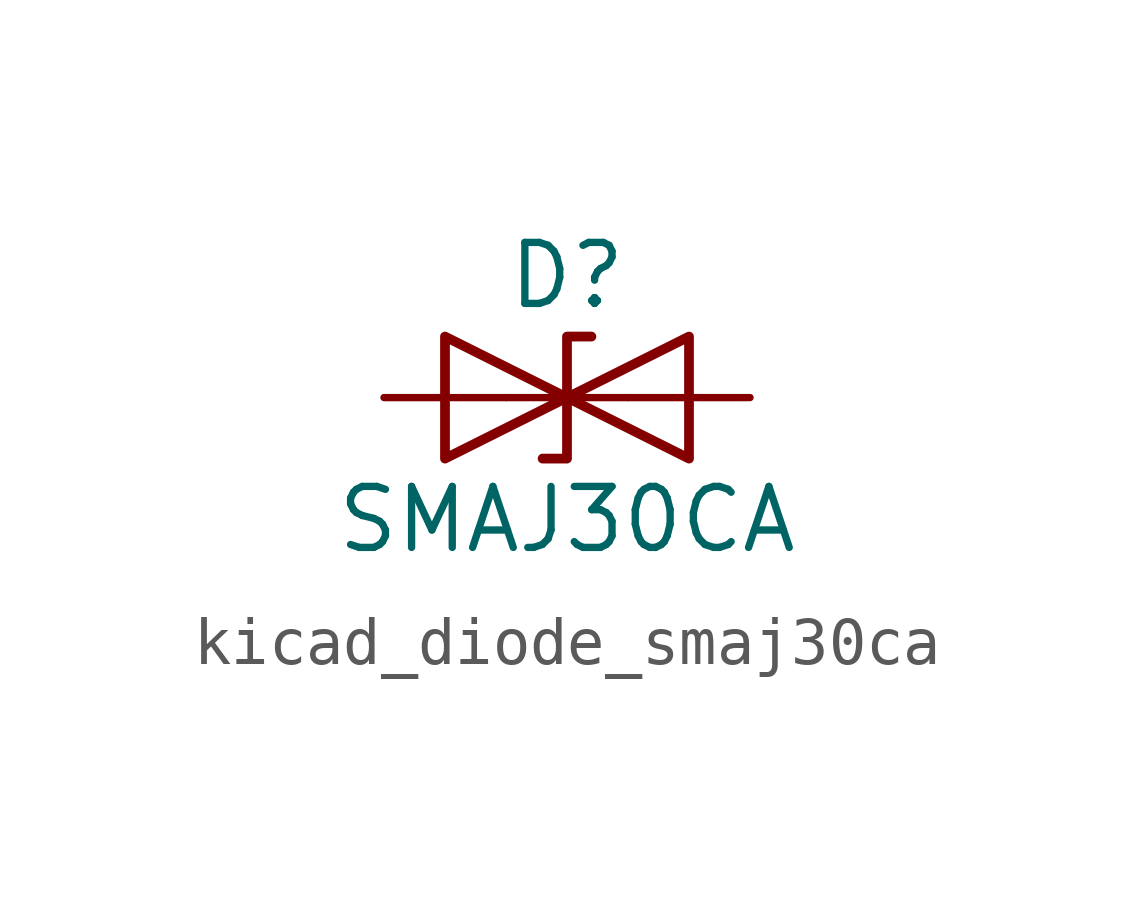
<source format=kicad_sym>
(kicad_symbol_lib
  (version 20220914)
  (generator kicad_symbol_editor)
  (symbol "kicad_diode_smaj30ca"
    (pin_numbers hide)
    (pin_names
      (offset 1.016) hide)
    (property "Reference" "D"
      (at 0 2.54 0)
      (effects (font (size 1.27 1.27))))
    (property "Value" "SMAJ30CA"
      (at 0 -2.54 0)
      (effects (font (size 1.27 1.27))))
    (symbol "kicad_diode_smaj30ca_0_1"
      (polyline (pts (xy 1.27 0) (xy -1.27 0)) (stroke (width 0) (type default)) (fill (type none)))
      (polyline (pts (xy -2.54 -1.27) (xy 0 0) (xy -2.54 1.27) (xy -2.54 -1.27)) (stroke (width 0.203) (type default)) (fill (type none)))
      (polyline (pts (xy 0.508 1.27) (xy 0 1.27) (xy 0 -1.27) (xy -0.508 -1.27)) (stroke (width 0.203) (type default)) (fill (type none)))
      (polyline (pts (xy 2.54 1.27) (xy 2.54 -1.27) (xy 0 0) (xy 2.54 1.27)) (stroke (width 0.203) (type default)) (fill (type none))))
    (symbol "kicad_diode_smaj30ca_1_1"
      (pin passive line (at -3.81 0 0) (length 2.54) (name "A1" (effects (font (size 1.27 1.27)))) (number "1" (effects (font (size 1.27 1.27)))))
      (pin passive line (at 3.81 0 180) (length 2.54) (name "A2" (effects (font (size 1.27 1.27)))) (number "2" (effects (font (size 1.27 1.27))))))))
</source>
